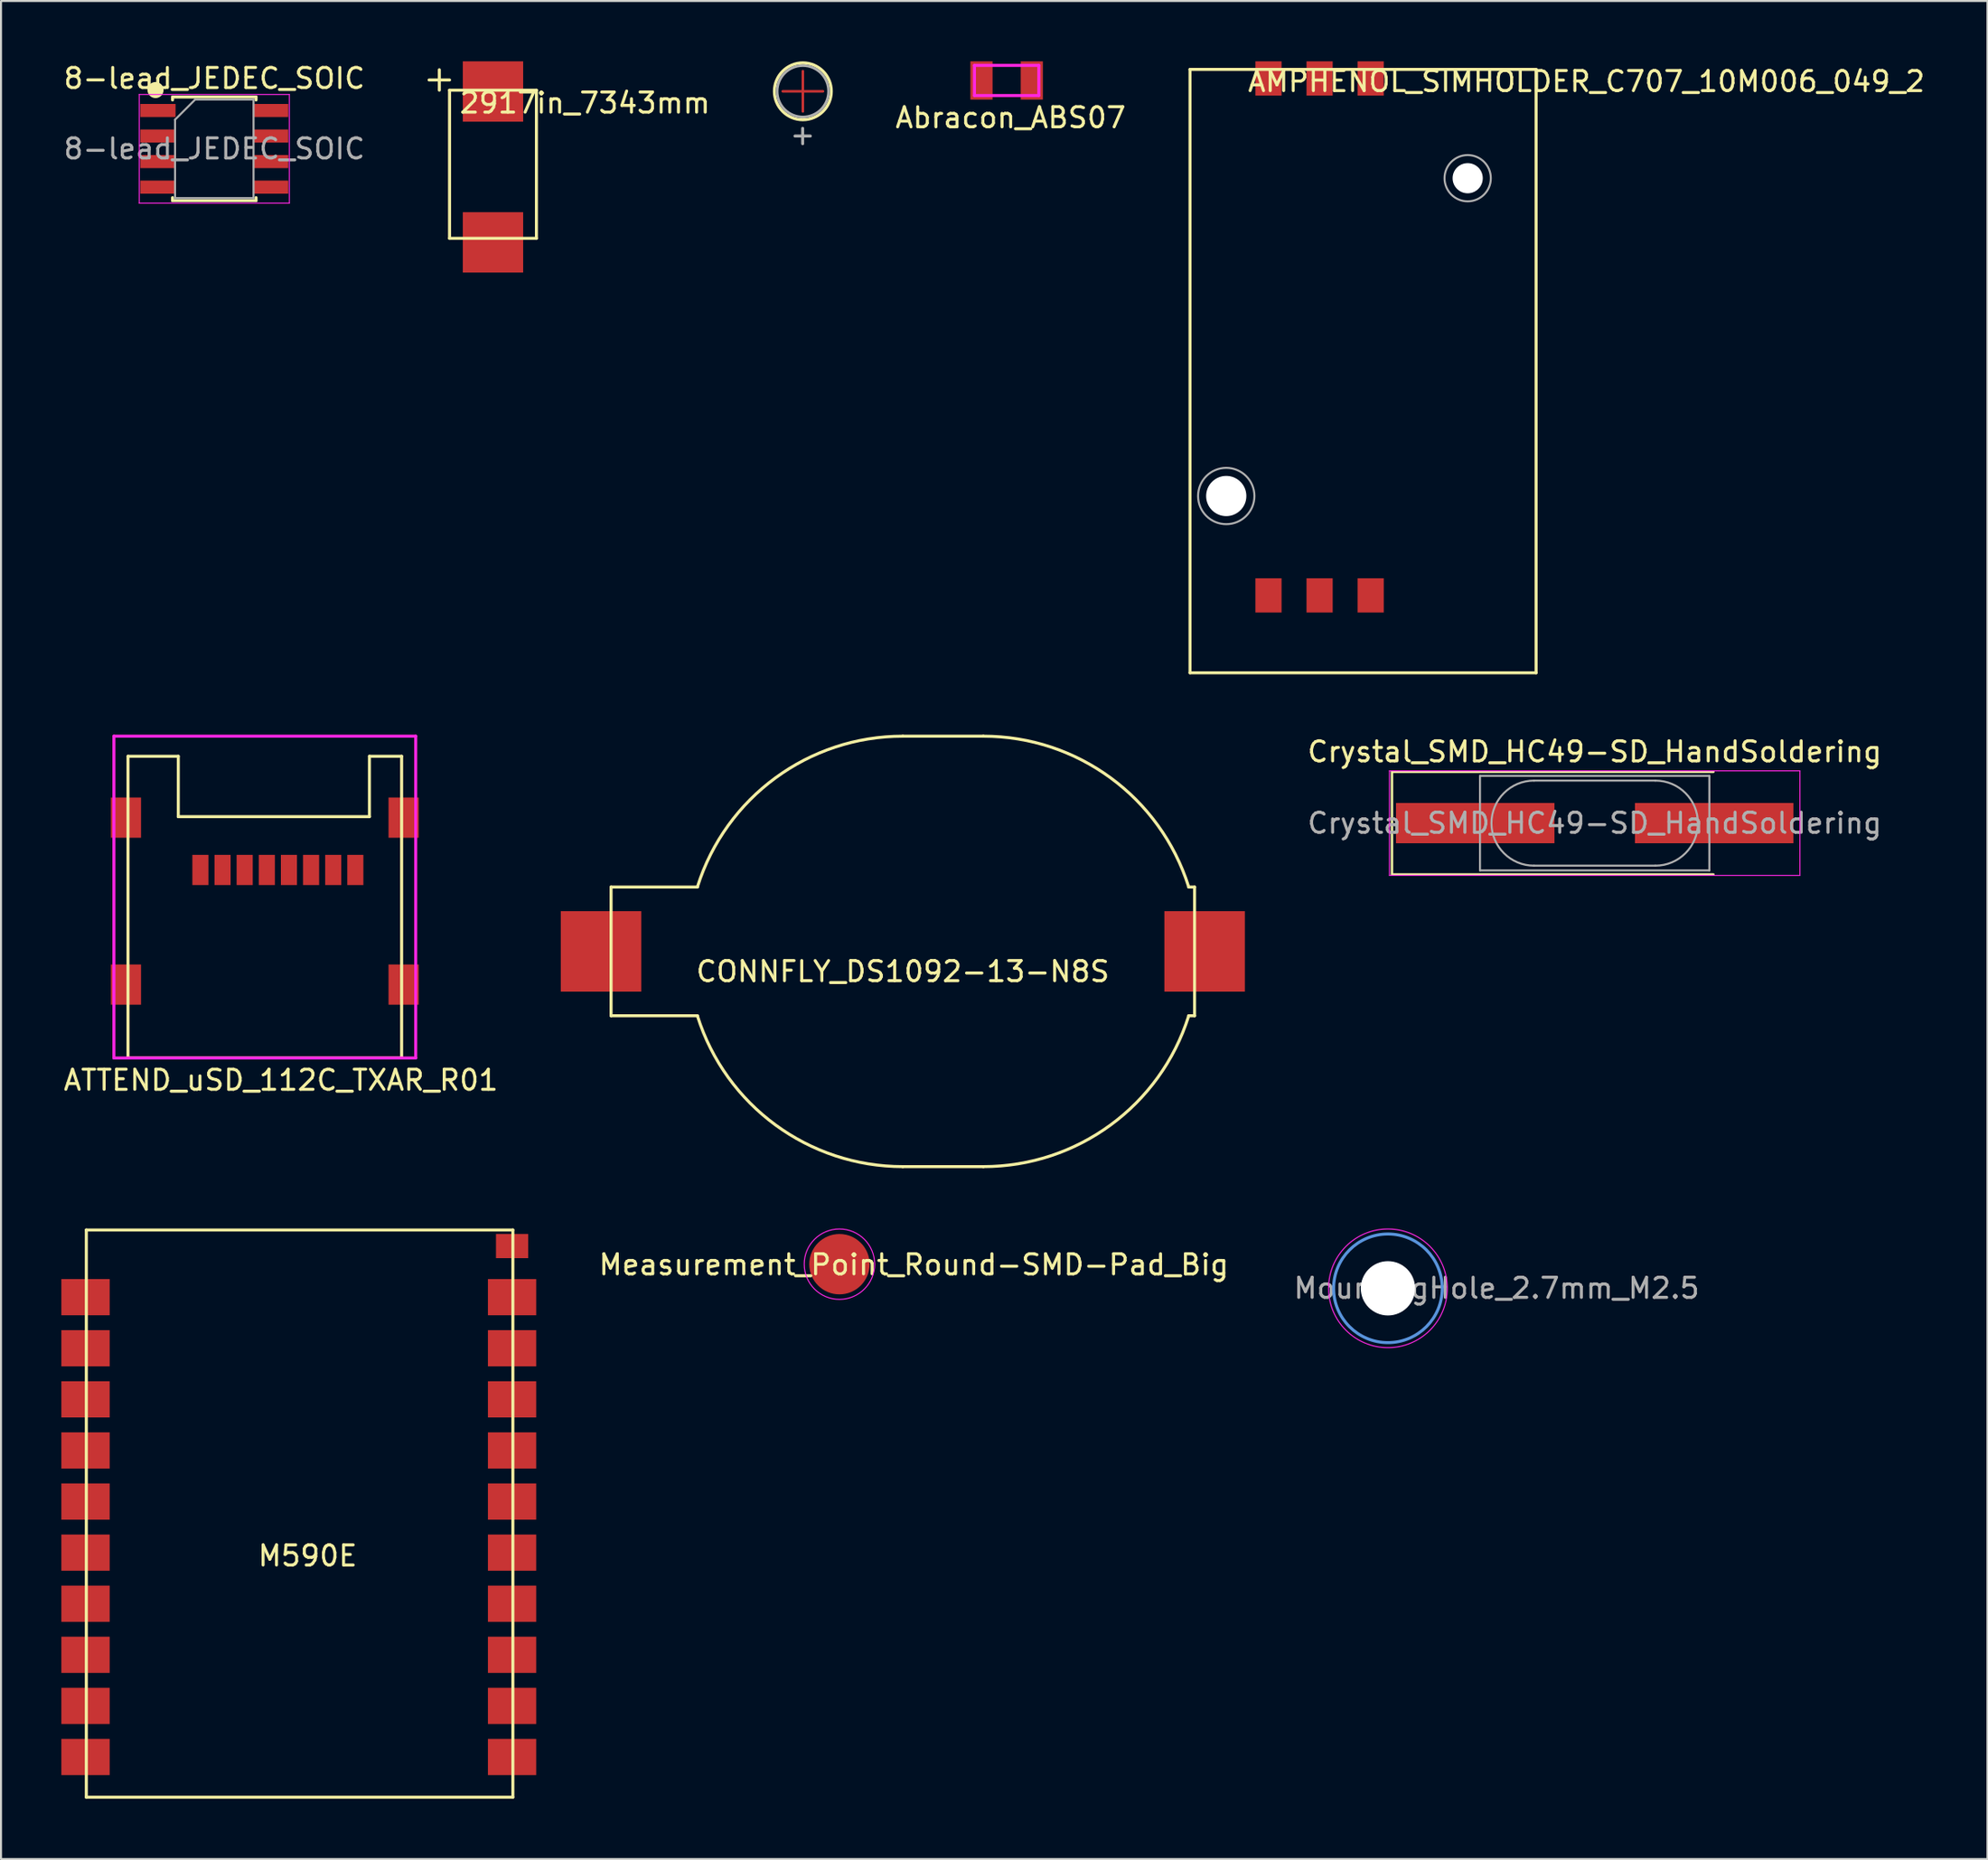
<source format=kicad_pcb>
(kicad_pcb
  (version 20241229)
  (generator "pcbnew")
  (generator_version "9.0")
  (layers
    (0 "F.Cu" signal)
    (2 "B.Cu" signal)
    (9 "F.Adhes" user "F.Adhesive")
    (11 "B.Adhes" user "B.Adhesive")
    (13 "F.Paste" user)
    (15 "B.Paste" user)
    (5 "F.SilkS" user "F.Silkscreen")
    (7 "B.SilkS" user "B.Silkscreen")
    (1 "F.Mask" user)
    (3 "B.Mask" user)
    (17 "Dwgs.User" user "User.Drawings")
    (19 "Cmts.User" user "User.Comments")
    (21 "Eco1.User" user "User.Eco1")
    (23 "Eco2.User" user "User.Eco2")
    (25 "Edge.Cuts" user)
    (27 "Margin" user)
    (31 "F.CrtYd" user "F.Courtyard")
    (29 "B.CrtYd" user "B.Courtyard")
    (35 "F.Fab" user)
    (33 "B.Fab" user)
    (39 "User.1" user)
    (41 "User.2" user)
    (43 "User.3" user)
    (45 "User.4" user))
  (footprint "Crystal_SMD_HC49-SD_HandSoldering"
    (layer "F.Cu")
    (at 76.208 37.873)
    (property "Reference" "Crystal_SMD_HC49-SD_HandSoldering" (at 0 -3.55 0) (layer "F.SilkS") (effects (font (size 1 1) (thickness 0.15))))
    (attr smd)
    (fp_line (start -10.075 -2.55) (end -10.075 2.55) (stroke (width 0.12) (type solid)) (layer "F.SilkS"))
    (fp_line (start -10.075 2.55) (end 5.9 2.55) (stroke (width 0.12) (type solid)) (layer "F.SilkS"))
    (fp_line (start 5.9 -2.55) (end -10.075 -2.55) (stroke (width 0.12) (type solid)) (layer "F.SilkS"))
    (fp_line (start -10.2 -2.6) (end -10.2 2.6) (stroke (width 0.05) (type solid)) (layer "F.CrtYd"))
    (fp_line (start -10.2 2.6) (end 10.2 2.6) (stroke (width 0.05) (type solid)) (layer "F.CrtYd"))
    (fp_line (start 10.2 -2.6) (end -10.2 -2.6) (stroke (width 0.05) (type solid)) (layer "F.CrtYd"))
    (fp_line (start 10.2 2.6) (end 10.2 -2.6) (stroke (width 0.05) (type solid)) (layer "F.CrtYd"))
    (fp_line (start -5.7 -2.35) (end -5.7 2.35) (stroke (width 0.1) (type solid)) (layer "F.Fab"))
    (fp_line (start -5.7 2.35) (end 5.7 2.35) (stroke (width 0.1) (type solid)) (layer "F.Fab"))
    (fp_line (start -3.015 -2.115) (end 3.015 -2.115) (stroke (width 0.1) (type solid)) (layer "F.Fab"))
    (fp_line (start -3.015 2.115) (end 3.015 2.115) (stroke (width 0.1) (type solid)) (layer "F.Fab"))
    (fp_line (start 5.7 -2.35) (end -5.7 -2.35) (stroke (width 0.1) (type solid)) (layer "F.Fab"))
    (fp_line (start 5.7 2.35) (end 5.7 -2.35) (stroke (width 0.1) (type solid)) (layer "F.Fab"))
    (fp_arc (start -3.015 2.115) (mid -5.13 0) (end -3.015 -2.115) (stroke (width 0.1) (type solid)) (layer "F.Fab"))
    (fp_arc (start 3.015 -2.115) (mid 5.13 0) (end 3.015 2.115) (stroke (width 0.1) (type solid)) (layer "F.Fab"))
    (fp_text user "${REFERENCE}" (at 0 0 0) (layer "F.Fab") (effects (font (size 1 1) (thickness 0.15))))
    (pad "1" smd rect (at -5.938 0) (size 7.875 2) (layers "F.Cu" "F.Mask" "F.Paste"))
    (pad "2" smd rect (at 5.938 0) (size 7.875 2) (layers "F.Cu" "F.Mask" "F.Paste")))
  (footprint "ATTEND_uSD_112C_TXAR_R01"
    (layer "F.Cu")
    (at 10.111 41.75)
    (property "Reference" "ATTEND_uSD_112C_TXAR_R01" (at 0.8 8.9 0) (layer "F.SilkS") (effects (font (size 1 1) (thickness 0.15))))
    (attr through_hole)
    (fp_line (start -6.8 -7.2) (end -6.8 7.8) (stroke (width 0.15) (type solid)) (layer "F.SilkS"))
    (fp_line (start -6.8 -7.2) (end -4.3 -7.2) (stroke (width 0.15) (type solid)) (layer "F.SilkS"))
    (fp_line (start -6.8 7.8) (end 6.8 7.8) (stroke (width 0.15) (type solid)) (layer "F.SilkS"))
    (fp_line (start -4.3 -7.2) (end -4.3 -4.2) (stroke (width 0.15) (type solid)) (layer "F.SilkS"))
    (fp_line (start 5.2 -4.2) (end -4.3 -4.2) (stroke (width 0.15) (type solid)) (layer "F.SilkS"))
    (fp_line (start 5.2 -4.2) (end 5.2 -7.2) (stroke (width 0.15) (type solid)) (layer "F.SilkS"))
    (fp_line (start 6.8 -7.2) (end 5.2 -7.2) (stroke (width 0.15) (type solid)) (layer "F.SilkS"))
    (fp_line (start 6.8 7.8) (end 6.8 -7.2) (stroke (width 0.15) (type solid)) (layer "F.SilkS"))
    (fp_line (start -7.5 -8.2) (end 7.5 -8.2) (stroke (width 0.15) (type solid)) (layer "F.CrtYd"))
    (fp_line (start -7.5 7.8) (end -7.5 -8.2) (stroke (width 0.15) (type solid)) (layer "F.CrtYd"))
    (fp_line (start 7.5 -8.2) (end 7.5 7.8) (stroke (width 0.15) (type solid)) (layer "F.CrtYd"))
    (fp_line (start 7.5 7.8) (end -7.5 7.8) (stroke (width 0.15) (type solid)) (layer "F.CrtYd"))
    (pad "1" smd rect (at -3.2 -1.55) (size 0.8 1.5) (layers "F.Cu" "F.Mask" "F.Paste"))
    (pad "2" smd rect (at -2.1 -1.55) (size 0.8 1.5) (layers "F.Cu" "F.Mask" "F.Paste"))
    (pad "3" smd rect (at -1 -1.55) (size 0.8 1.5) (layers "F.Cu" "F.Mask" "F.Paste"))
    (pad "4" smd rect (at 0.1 -1.55) (size 0.8 1.5) (layers "F.Cu" "F.Mask" "F.Paste"))
    (pad "5" smd rect (at 1.2 -1.55) (size 0.8 1.5) (layers "F.Cu" "F.Mask" "F.Paste"))
    (pad "6" smd rect (at 2.3 -1.55) (size 0.8 1.5) (layers "F.Cu" "F.Mask" "F.Paste"))
    (pad "7" smd rect (at 3.4 -1.55) (size 0.8 1.5) (layers "F.Cu" "F.Mask" "F.Paste"))
    (pad "8" smd rect (at 4.5 -1.55) (size 0.8 1.5) (layers "F.Cu" "F.Mask" "F.Paste"))
    (pad "9" smd rect (at -6.9 4.15) (size 1.5 2) (layers "F.Cu" "F.Mask" "F.Paste"))
    (pad "10" smd rect (at -6.9 -4.15) (size 1.5 2) (layers "F.Cu" "F.Mask" "F.Paste"))
    (pad "11" smd rect (at 6.9 -4.15) (size 1.5 2) (layers "F.Cu" "F.Mask" "F.Paste"))
    (pad "12" smd rect (at 6.9 4.15) (size 1.5 2) (layers "F.Cu" "F.Mask" "F.Paste")))
  (footprint "MountingHole_2.7mm_M2.5"
    (layer "F.Cu")
    (at 65.932 61)
    (property "Reference" "MountingHole_2.7mm_M2.5" (at 5.4 -0.006 0) (layer "F.Fab") (effects (font (size 1 1) (thickness 0.15))))
    (attr through_hole)
    (fp_circle (center 0 0) (end 2.7 0) (stroke (width 0.15) (type solid)) (fill no) (layer "Cmts.User"))
    (fp_circle (center 0 0) (end 2.95 0) (stroke (width 0.05) (type solid)) (fill no) (layer "F.CrtYd"))
    (pad "" np_thru_hole circle (at 0 0) (size 2.7 2.7) (drill 2.7) (layers "*.Cu" "*.Mask")))
  (footprint "2917in_7343mm"
    (layer "F.Cu")
    (at 21.452 4.863)
    (property "Reference" "2917in_7343mm" (at 4.572 -2.794 0) (layer "F.SilkS") (effects (font (size 1 1) (thickness 0.15))))
    (attr through_hole)
    (fp_line (start -2.667 -4.445) (end -2.667 -3.429) (stroke (width 0.15) (type solid)) (layer "F.SilkS"))
    (fp_line (start -2.159 -3.937) (end -3.175 -3.937) (stroke (width 0.15) (type solid)) (layer "F.SilkS"))
    (fp_line (start -2.159 -3.429) (end 2.159 -3.429) (stroke (width 0.15) (type solid)) (layer "F.SilkS"))
    (fp_line (start -2.159 3.937) (end -2.159 -3.429) (stroke (width 0.15) (type solid)) (layer "F.SilkS"))
    (fp_line (start 2.159 -3.429) (end 2.159 3.937) (stroke (width 0.15) (type solid)) (layer "F.SilkS"))
    (fp_line (start 2.159 3.937) (end -2.159 3.937) (stroke (width 0.15) (type solid)) (layer "F.SilkS"))
    (pad "1" smd rect (at 0 -3.363) (size 3 3) (layers "F.Cu" "F.Mask" "F.Paste"))
    (pad "2" smd rect (at 0 4.137) (size 3 3) (layers "F.Cu" "F.Mask" "F.Paste")))
  (footprint "CONNFLY_DS1092-13-N8S"
    (layer "F.Cu")
    (at 41.821 44.25)
    (property "Reference" "CONNFLY_DS1092-13-N8S" (at 0 1 0) (layer "F.SilkS") (effects (font (size 1 1) (thickness 0.15))))
    (attr through_hole)
    (fp_line (start -14.5 -3.2) (end -10.2 -3.2) (stroke (width 0.15) (type solid)) (layer "F.SilkS"))
    (fp_line (start -14.5 3.2) (end -14.5 -3.2) (stroke (width 0.15) (type solid)) (layer "F.SilkS"))
    (fp_line (start -14.5 3.2) (end -10.2 3.2) (stroke (width 0.15) (type solid)) (layer "F.SilkS"))
    (fp_line (start 0 -10.7) (end 4 -10.7) (stroke (width 0.15) (type solid)) (layer "F.SilkS"))
    (fp_line (start 0 10.7) (end 4 10.7) (stroke (width 0.15) (type solid)) (layer "F.SilkS"))
    (fp_line (start 14.5 -3.2) (end 14.2 -3.2) (stroke (width 0.15) (type solid)) (layer "F.SilkS"))
    (fp_line (start 14.5 -3.2) (end 14.5 3.2) (stroke (width 0.15) (type solid)) (layer "F.SilkS"))
    (fp_line (start 14.5 3.2) (end 14.2 3.2) (stroke (width 0.15) (type solid)) (layer "F.SilkS"))
    (fp_arc (start -10.204771 -3.217552) (mid -6.327013 -8.628957) (end 0 -10.7) (stroke (width 0.15) (type solid)) (layer "F.SilkS"))
    (fp_arc (start 0 10.7) (mid -6.327013 8.628957) (end -10.204771 3.217552) (stroke (width 0.15) (type solid)) (layer "F.SilkS"))
    (fp_arc (start 4 -10.7) (mid 10.327013 -8.628957) (end 14.204771 -3.217552) (stroke (width 0.15) (type solid)) (layer "F.SilkS"))
    (fp_arc (start 14.204771 3.217552) (mid 10.327013 8.628957) (end 4 10.7) (stroke (width 0.15) (type solid)) (layer "F.SilkS"))
    (pad "1" smd rect (at -15 0) (size 4 4) (layers "F.Cu" "F.Mask" "F.Paste"))
    (pad "2" smd rect (at 15 0) (size 4 4) (layers "F.Cu" "F.Mask" "F.Paste")))
  (footprint "AMPHENOL_SIMHOLDER_C707_10M006_049_2"
    (layer "F.Cu")
    (at 69.896 5.81)
    (property "Reference" "AMPHENOL_SIMHOLDER_C707_10M006_049_2" (at 5.9 -4.81 0) (layer "F.SilkS") (effects (font (size 1 1) (thickness 0.15))))
    (attr through_hole)
    (fp_line (start -13.8 -5.41) (end 3.4 -5.41) (stroke (width 0.15) (type solid)) (layer "F.SilkS"))
    (fp_line (start -13.8 24.59) (end -13.8 -5.41) (stroke (width 0.15) (type solid)) (layer "F.SilkS"))
    (fp_line (start 3.4 -5.41) (end 3.4 24.59) (stroke (width 0.15) (type solid)) (layer "F.SilkS"))
    (fp_line (start 3.4 24.59) (end -13.8 24.59) (stroke (width 0.15) (type solid)) (layer "F.SilkS"))
    (fp_circle (center -12 15.8) (end -13.4 15.8) (stroke (width 0.1) (type solid)) (fill no) (layer "F.Fab"))
    (fp_circle (center 0 0) (end -1.15 0) (stroke (width 0.1) (type solid)) (fill no) (layer "F.Fab"))
    (pad "" np_thru_hole circle (at -12 15.8) (size 2 2) (drill 2) (layers "*.Cu" "*.Mask"))
    (pad "" np_thru_hole circle (at 0 0) (size 1.5 1.5) (drill 1.5) (layers "*.Cu" "*.Mask"))
    (pad "1" smd rect (at -9.9 -4.96) (size 1.3 1.7) (layers "F.Cu" "F.Mask" "F.Paste"))
    (pad "2" smd rect (at -7.36 -4.96) (size 1.3 1.7) (layers "F.Cu" "F.Mask" "F.Paste"))
    (pad "3" smd rect (at -4.82 -4.96) (size 1.3 1.7) (layers "F.Cu" "F.Mask" "F.Paste"))
    (pad "4" smd rect (at -9.9 20.74) (size 1.3 1.7) (layers "F.Cu" "F.Mask" "F.Paste"))
    (pad "5" smd rect (at -7.36 20.74) (size 1.3 1.7) (layers "F.Cu" "F.Mask" "F.Paste"))
    (pad "6" smd rect (at -4.82 20.74) (size 1.3 1.7) (layers "F.Cu" "F.Mask" "F.Paste")))
  (footprint "M590E"
    (layer "F.Cu")
    (at 12.24 85.2)
    (property "Reference" "M590E" (at 0 -10.9 0) (layer "F.SilkS") (effects (font (size 1 1) (thickness 0.15))))
    (attr through_hole)
    (fp_line (start -11 -27.1) (end -11 1.1) (stroke (width 0.15) (type solid)) (layer "F.SilkS"))
    (fp_line (start -11 1.1) (end 10.2 1.1) (stroke (width 0.15) (type solid)) (layer "F.SilkS"))
    (fp_line (start 10.2 -27.1) (end -11 -27.1) (stroke (width 0.15) (type solid)) (layer "F.SilkS"))
    (fp_line (start 10.2 1.1) (end 10.2 -27.1) (stroke (width 0.15) (type solid)) (layer "F.SilkS"))
    (pad "1" smd rect (at -11.04 -23.76) (size 2.4 1.8) (layers "F.Cu" "F.Mask" "F.Paste"))
    (pad "2" smd rect (at -11.04 -21.22) (size 2.4 1.8) (layers "F.Cu" "F.Mask" "F.Paste"))
    (pad "3" smd rect (at -11.04 -18.68) (size 2.4 1.8) (layers "F.Cu" "F.Mask" "F.Paste"))
    (pad "4" smd rect (at -11.04 -16.14) (size 2.4 1.8) (layers "F.Cu" "F.Mask" "F.Paste"))
    (pad "5" smd rect (at -11.04 -13.6) (size 2.4 1.8) (layers "F.Cu" "F.Mask" "F.Paste"))
    (pad "6" smd rect (at -11.04 -11.06) (size 2.4 1.8) (layers "F.Cu" "F.Mask" "F.Paste"))
    (pad "7" smd rect (at -11.04 -8.52) (size 2.4 1.8) (layers "F.Cu" "F.Mask" "F.Paste"))
    (pad "8" smd rect (at -11.04 -5.98) (size 2.4 1.8) (layers "F.Cu" "F.Mask" "F.Paste"))
    (pad "9" smd rect (at -11.04 -3.44) (size 2.4 1.8) (layers "F.Cu" "F.Mask" "F.Paste"))
    (pad "10" smd rect (at -11.04 -0.9) (size 2.4 1.8) (layers "F.Cu" "F.Mask" "F.Paste"))
    (pad "11" smd rect (at 10.16 -0.9) (size 2.4 1.8) (layers "F.Cu" "F.Mask" "F.Paste"))
    (pad "12" smd rect (at 10.16 -3.44) (size 2.4 1.8) (layers "F.Cu" "F.Mask" "F.Paste"))
    (pad "13" smd rect (at 10.16 -5.98) (size 2.4 1.8) (layers "F.Cu" "F.Mask" "F.Paste"))
    (pad "14" smd rect (at 10.16 -8.52) (size 2.4 1.8) (layers "F.Cu" "F.Mask" "F.Paste"))
    (pad "15" smd rect (at 10.16 -11.06) (size 2.4 1.8) (layers "F.Cu" "F.Mask" "F.Paste"))
    (pad "16" smd rect (at 10.16 -13.6) (size 2.4 1.8) (layers "F.Cu" "F.Mask" "F.Paste"))
    (pad "17" smd rect (at 10.16 -16.14) (size 2.4 1.8) (layers "F.Cu" "F.Mask" "F.Paste"))
    (pad "18" smd rect (at 10.16 -18.68) (size 2.4 1.8) (layers "F.Cu" "F.Mask" "F.Paste"))
    (pad "19" smd rect (at 10.16 -21.22) (size 2.4 1.8) (layers "F.Cu" "F.Mask" "F.Paste"))
    (pad "20" smd rect (at 10.16 -23.76) (size 2.4 1.8) (layers "F.Cu" "F.Mask" "F.Paste"))
    (pad "21" smd rect (at 10.16 -26.3) (size 1.6 1.2) (layers "F.Cu" "F.Mask" "F.Paste")))
  (footprint "+"
    (layer "F.Cu")
    (at 36.853 1.489)
    (property "Reference" "+" (at -0.01 2.15 0) (layer "F.Fab") (effects (font (size 1 1) (thickness 0.15))))
    (attr through_hole)
    (fp_line (start -1 0) (end 1 0) (stroke (width 0.127) (type solid)) (layer "F.Cu"))
    (fp_line (start 0 1) (end 0 -1) (stroke (width 0.127) (type solid)) (layer "F.Cu"))
    (fp_circle (center 0 0) (end 0.6 0) (stroke (width 1.2) (type solid)) (fill no) (layer "F.Mask"))
    (fp_circle (center 0 0) (end -1 -1) (stroke (width 0.15) (type solid)) (fill no) (layer "F.SilkS"))
    (fp_circle (center 0 0) (end -1.27 -0.127) (stroke (width 0.127) (type solid)) (fill no) (layer "F.Fab")))
  (footprint "Measurement_Point_Round-SMD-Pad_Big"
    (layer "F.Cu")
    (at 38.671 59.8)
    (property "Reference" "Measurement_Point_Round-SMD-Pad_Big" (at 3.697 0.026 0) (layer "F.SilkS") (effects (font (size 1 1) (thickness 0.15))))
    (attr exclude_from_pos_files exclude_from_bom)
    (fp_circle (center 0 0) (end 1.75 0) (stroke (width 0.05) (type solid)) (fill no) (layer "F.CrtYd"))
    (pad "1" smd circle (at 0 0) (size 3 3) (layers "F.Cu" "F.Mask")))
  (footprint "8-lead_JEDEC_SOIC"
    (layer "F.Cu")
    (at 7.601 4.348)
    (property "Reference" "8-lead_JEDEC_SOIC" (at 0 -3.5 0) (layer "F.SilkS") (effects (font (size 1 1) (thickness 0.15))))
    (attr smd)
    (fp_line (start -2.075 -2.575) (end -2.075 -2.43) (stroke (width 0.15) (type solid)) (layer "F.SilkS"))
    (fp_line (start -2.075 -2.575) (end 2.075 -2.575) (stroke (width 0.15) (type solid)) (layer "F.SilkS"))
    (fp_line (start -2.075 2.575) (end -2.075 2.43) (stroke (width 0.15) (type solid)) (layer "F.SilkS"))
    (fp_line (start -2.075 2.575) (end 2.075 2.575) (stroke (width 0.15) (type solid)) (layer "F.SilkS"))
    (fp_line (start 2.075 -2.575) (end 2.075 -2.43) (stroke (width 0.15) (type solid)) (layer "F.SilkS"))
    (fp_line (start 2.075 2.575) (end 2.075 2.43) (stroke (width 0.15) (type solid)) (layer "F.SilkS"))
    (fp_circle (center -2.921 -2.921) (end -2.921 -2.721) (stroke (width 0.4) (type solid)) (fill no) (layer "F.SilkS"))
    (fp_line (start -3.73 -2.7) (end -3.73 2.7) (stroke (width 0.05) (type solid)) (layer "F.CrtYd"))
    (fp_line (start -3.73 -2.7) (end 3.73 -2.7) (stroke (width 0.05) (type solid)) (layer "F.CrtYd"))
    (fp_line (start -3.73 2.7) (end 3.73 2.7) (stroke (width 0.05) (type solid)) (layer "F.CrtYd"))
    (fp_line (start 3.73 -2.7) (end 3.73 2.7) (stroke (width 0.05) (type solid)) (layer "F.CrtYd"))
    (fp_line (start -1.95 -1.45) (end -0.95 -2.45) (stroke (width 0.1) (type solid)) (layer "F.Fab"))
    (fp_line (start -1.95 2.45) (end -1.95 -1.45) (stroke (width 0.1) (type solid)) (layer "F.Fab"))
    (fp_line (start -0.95 -2.45) (end 1.95 -2.45) (stroke (width 0.1) (type solid)) (layer "F.Fab"))
    (fp_line (start 1.95 -2.45) (end 1.95 2.45) (stroke (width 0.1) (type solid)) (layer "F.Fab"))
    (fp_line (start 1.95 2.45) (end -1.95 2.45) (stroke (width 0.1) (type solid)) (layer "F.Fab"))
    (fp_text user "${REFERENCE}" (at 0 0 0) (layer "F.Fab") (effects (font (size 1 1) (thickness 0.15))))
    (pad "1" smd rect (at -2.8 -1.905) (size 1.75 0.65) (layers "F.Cu" "F.Mask" "F.Paste"))
    (pad "2" smd rect (at -2.8 -0.635) (size 1.75 0.65) (layers "F.Cu" "F.Mask" "F.Paste"))
    (pad "3" smd rect (at -2.8 0.635) (size 1.75 0.65) (layers "F.Cu" "F.Mask" "F.Paste"))
    (pad "4" smd rect (at -2.8 1.905) (size 1.75 0.65) (layers "F.Cu" "F.Mask" "F.Paste"))
    (pad "5" smd rect (at 2.8 1.905) (size 1.75 0.65) (layers "F.Cu" "F.Mask" "F.Paste"))
    (pad "6" smd rect (at 2.8 0.635) (size 1.75 0.65) (layers "F.Cu" "F.Mask" "F.Paste"))
    (pad "7" smd rect (at 2.8 -0.635) (size 1.75 0.65) (layers "F.Cu" "F.Mask" "F.Paste"))
    (pad "8" smd rect (at 2.8 -1.905) (size 1.75 0.65) (layers "F.Cu" "F.Mask" "F.Paste")))
  (footprint "Abracon_ABS07"
    (layer "F.Cu")
    (at 45.381 1.7)
    (property "Reference" "Abracon_ABS07" (at 1.8 1.1 0) (layer "F.SilkS") (effects (font (size 1 1) (thickness 0.15))))
    (attr through_hole)
    (fp_line (start 0 -1.5) (end 0 0) (stroke (width 0.15) (type solid)) (layer "F.CrtYd"))
    (fp_line (start 0 0) (end 3.2 0) (stroke (width 0.15) (type solid)) (layer "F.CrtYd"))
    (fp_line (start 3.2 -1.5) (end 0 -1.5) (stroke (width 0.15) (type solid)) (layer "F.CrtYd"))
    (fp_line (start 3.2 0) (end 3.2 -1.5) (stroke (width 0.15) (type solid)) (layer "F.CrtYd"))
    (pad "1" smd rect (at 0.35 -0.75) (size 1.1 1.9) (layers "F.Cu" "F.Mask" "F.Paste"))
    (pad "2" smd rect (at 2.85 -0.75) (size 1.1 1.9) (layers "F.Cu" "F.Mask" "F.Paste")))
  (gr_rect
    (start -3 -3)
    (end 95.73 89.375)
    (stroke (width 0.1) (type default))
    (fill no)
    (layer "Edge.Cuts")))
</source>
